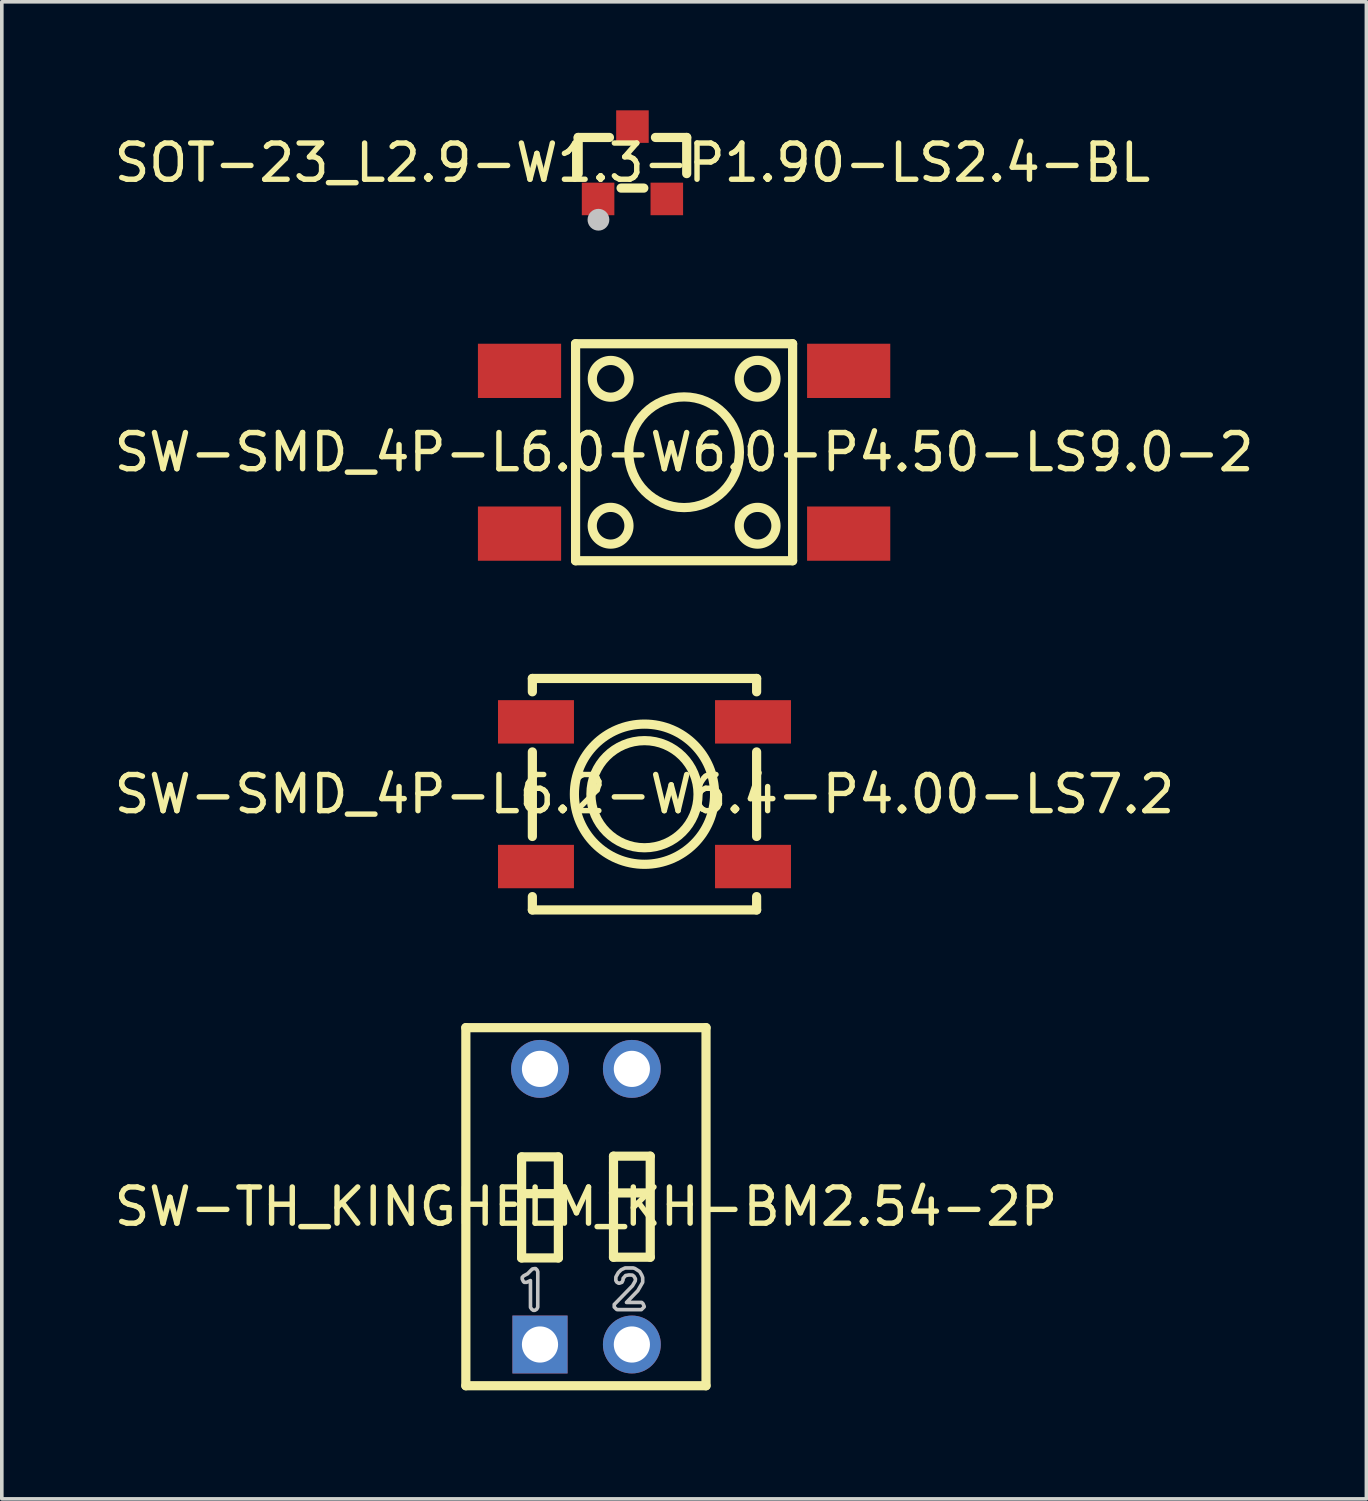
<source format=kicad_pcb>
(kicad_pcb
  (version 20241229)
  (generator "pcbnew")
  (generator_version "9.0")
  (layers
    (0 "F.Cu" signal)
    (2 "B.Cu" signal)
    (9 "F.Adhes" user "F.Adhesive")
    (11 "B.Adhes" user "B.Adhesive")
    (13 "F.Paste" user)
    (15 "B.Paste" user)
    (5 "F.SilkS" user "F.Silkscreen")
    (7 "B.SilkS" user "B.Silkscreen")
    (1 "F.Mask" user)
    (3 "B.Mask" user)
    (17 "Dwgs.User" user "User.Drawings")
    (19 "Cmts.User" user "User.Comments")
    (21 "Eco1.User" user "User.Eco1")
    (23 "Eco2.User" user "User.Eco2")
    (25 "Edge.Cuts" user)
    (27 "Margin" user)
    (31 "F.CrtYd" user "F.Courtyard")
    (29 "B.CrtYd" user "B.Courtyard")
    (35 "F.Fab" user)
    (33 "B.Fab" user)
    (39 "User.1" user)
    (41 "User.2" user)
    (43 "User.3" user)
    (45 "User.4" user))
  (footprint "SW-SMD_4P-L6.0-W6.0-P4.50-LS9.0-2"
    (layer "F.Cu")
    (at 15.863 9.453)
    (property "Reference" "SW-SMD_4P-L6.0-W6.0-P4.50-LS9.0-2" (at 0 0 0) (unlocked yes) (layer "F.SilkS") (effects (font (size 1 1) (thickness 0.15))))
    (fp_line (start -3 -3) (end 3 -3) (stroke (width 0.254) (type default)) (layer "F.SilkS"))
    (fp_line (start -3 3) (end -3 -3) (stroke (width 0.254) (type default)) (layer "F.SilkS"))
    (fp_line (start 3 -3) (end 3 3) (stroke (width 0.254) (type default)) (layer "F.SilkS"))
    (fp_line (start 3 3) (end -3 3) (stroke (width 0.254) (type default)) (layer "F.SilkS"))
    (fp_circle (center -2.032 2.032) (end -1.524 2.032) (stroke (width 0.254) (type default)) (fill no) (layer "F.SilkS"))
    (fp_circle (center -2.03 -2.03) (end -1.522 -2.03) (stroke (width 0.254) (type default)) (fill no) (layer "F.SilkS"))
    (fp_circle (center 0 0) (end 1.53 0) (stroke (width 0.254) (type default)) (fill no) (layer "F.SilkS"))
    (fp_circle (center 2.032 -2.032) (end 2.54 -2.032) (stroke (width 0.254) (type default)) (fill no) (layer "F.SilkS"))
    (fp_circle (center 2.032 2.032) (end 2.54 2.032) (stroke (width 0.254) (type default)) (fill no) (layer "F.SilkS"))
    (fp_poly (pts (xy -4.5 -1.9) (xy -4.5 -2.6) (xy -3.5 -2.6) (xy -3.5 -1.9)) (stroke (width 0.1) (type default)) (fill no) (layer "User.1"))
    (fp_poly (pts (xy -4.5 2.6) (xy -4.5 1.9) (xy -3.5 1.9) (xy -3.5 2.6)) (stroke (width 0.1) (type default)) (fill no) (layer "User.1"))
    (fp_poly (pts (xy -3.51 -1.9) (xy -3.51 -2.6) (xy -2.99 -2.6) (xy -2.99 -1.9)) (stroke (width 0.1) (type default)) (fill no) (layer "User.1"))
    (fp_poly (pts (xy -3.51 2.6) (xy -3.51 1.9) (xy -2.99 1.9) (xy -2.99 2.6)) (stroke (width 0.1) (type default)) (fill no) (layer "User.1"))
    (fp_poly (pts (xy 2.99 -1.9) (xy 2.99 -2.6) (xy 3.51 -2.6) (xy 3.51 -1.9)) (stroke (width 0.1) (type default)) (fill no) (layer "User.1"))
    (fp_poly (pts (xy 2.99 2.6) (xy 2.99 1.9) (xy 3.51 1.9) (xy 3.51 2.6)) (stroke (width 0.1) (type default)) (fill no) (layer "User.1"))
    (fp_poly (pts (xy 3.5 -1.9) (xy 3.5 -2.6) (xy 4.5 -2.6) (xy 4.5 -1.9)) (stroke (width 0.1) (type default)) (fill no) (layer "User.1"))
    (fp_poly (pts (xy 3.5 2.6) (xy 3.5 1.9) (xy 4.5 1.9) (xy 4.5 2.6)) (stroke (width 0.1) (type default)) (fill no) (layer "User.1"))
    (fp_line (start -3 -3) (end 3 -3) (stroke (width 0.051) (type default)) (layer "User.2"))
    (fp_line (start -3 3) (end -3 -3) (stroke (width 0.051) (type default)) (layer "User.2"))
    (fp_line (start 3 -3) (end 3 3) (stroke (width 0.051) (type default)) (layer "User.2"))
    (fp_line (start 3 3) (end -3 3) (stroke (width 0.051) (type default)) (layer "User.2"))
    (fp_poly (pts (xy -4.44 -3) (xy -4.458 -3.042) (xy -4.5 -3.06) (xy -4.542 -3.042) (xy -4.56 -3) (xy -4.542 -2.958) (xy -4.5 -2.94) (xy -4.458 -2.958)) (stroke (width 0.1) (type default)) (fill no) (layer "User.3"))
    (pad "1" smd rect (at -4.55 -2.25) (size 2.3 1.5) (layers "F.Cu" "F.Mask" "F.Paste"))
    (pad "2" smd rect (at 4.55 -2.25) (size 2.3 1.5) (layers "F.Cu" "F.Mask" "F.Paste"))
    (pad "3" smd rect (at -4.55 2.25) (size 2.3 1.5) (layers "F.Cu" "F.Mask" "F.Paste"))
    (pad "4" smd rect (at 4.55 2.25) (size 2.3 1.5) (layers "F.Cu" "F.Mask" "F.Paste")))
  (footprint "SW-TH_KINGHELM_KH-BM2.54-2P"
    (layer "F.Cu")
    (at 13.149 30.311)
    (property "Reference" "SW-TH_KINGHELM_KH-BM2.54-2P" (at 0 0 0) (unlocked yes) (layer "F.SilkS") (effects (font (size 1 1) (thickness 0.15))))
    (fp_line (start -3.32 -4.95) (end 3.32 -4.95) (stroke (width 0.254) (type default)) (layer "F.SilkS"))
    (fp_line (start -3.32 4.95) (end -3.32 -4.95) (stroke (width 0.254) (type default)) (layer "F.SilkS"))
    (fp_line (start -1.778 -1.377) (end -1.778 1.417) (stroke (width 0.254) (type default)) (layer "F.SilkS"))
    (fp_line (start -1.778 -0.36) (end -0.889 -0.36) (stroke (width 0.254) (type default)) (layer "F.SilkS"))
    (fp_line (start -1.778 1.417) (end -0.762 1.417) (stroke (width 0.254) (type default)) (layer "F.SilkS"))
    (fp_line (start -0.762 -1.377) (end -1.778 -1.377) (stroke (width 0.254) (type default)) (layer "F.SilkS"))
    (fp_line (start -0.762 1.417) (end -0.762 -1.377) (stroke (width 0.254) (type default)) (layer "F.SilkS"))
    (fp_line (start 0.762 -1.397) (end 0.762 1.397) (stroke (width 0.254) (type default)) (layer "F.SilkS"))
    (fp_line (start 0.762 -0.381) (end 1.651 -0.381) (stroke (width 0.254) (type default)) (layer "F.SilkS"))
    (fp_line (start 0.762 1.397) (end 1.778 1.397) (stroke (width 0.254) (type default)) (layer "F.SilkS"))
    (fp_line (start 1.778 -1.397) (end 0.762 -1.397) (stroke (width 0.254) (type default)) (layer "F.SilkS"))
    (fp_line (start 1.778 1.397) (end 1.778 -1.397) (stroke (width 0.254) (type default)) (layer "F.SilkS"))
    (fp_line (start 3.32 -4.95) (end 3.32 4.95) (stroke (width 0.254) (type default)) (layer "F.SilkS"))
    (fp_line (start 3.32 4.95) (end -3.32 4.95) (stroke (width 0.254) (type default)) (layer "F.SilkS"))
    (fp_poly (pts (xy -1.534 2.042) (xy -1.639 2.091) (xy -1.705 2.091) (xy -1.73 2.067) (xy -1.762 2) (xy -1.762 1.953) (xy -1.72 1.911) (xy -1.621 1.858) (xy -1.617 1.858) (xy -1.482 1.722) (xy -1.422 1.711) (xy -1.39 1.711) (xy -1.351 1.75) (xy -1.331 1.798) (xy -1.332 2.779) (xy -1.36 2.833) (xy -1.413 2.865) (xy -1.456 2.865) (xy -1.464 2.857) (xy -1.493 2.84) (xy -1.533 2.785)) (stroke (width 0.1) (type default)) (fill no) (layer "Dwgs.User"))
    (fp_poly (pts (xy 1.026 2.027) (xy 0.995 2.091) (xy 0.927 2.115) (xy 0.902 2.115) (xy 0.853 2.086) (xy 0.826 2.038) (xy 0.828 1.943) (xy 0.895 1.822) (xy 0.973 1.745) (xy 1.082 1.694) (xy 1.31 1.694) (xy 1.357 1.71) (xy 1.487 1.794) (xy 1.543 1.892) (xy 1.569 1.96) (xy 1.569 2.09) (xy 1.435 2.322) (xy 1.121 2.647) (xy 1.543 2.647) (xy 1.579 2.682) (xy 1.611 2.756) (xy 1.611 2.769) (xy 1.534 2.846) (xy 0.866 2.846) (xy 0.862 2.843) (xy 0.852 2.843) (xy 0.783 2.775) (xy 0.783 2.702) (xy 0.823 2.663) (xy 1.288 2.185) (xy 1.362 2.056) (xy 1.37 1.996) (xy 1.329 1.925) (xy 1.285 1.891) (xy 1.187 1.887) (xy 1.097 1.903) (xy 1.028 1.982)) (stroke (width 0.1) (type default)) (fill no) (layer "Dwgs.User"))
    (fp_poly (pts (xy -1.57 -3.91) (xy -0.97 -3.91) (xy -0.97 -3.71) (xy -1.57 -3.71)) (stroke (width 0.1) (type default)) (fill no) (layer "User.1"))
    (fp_poly (pts (xy -1.57 3.71) (xy -0.97 3.71) (xy -0.97 3.91) (xy -1.57 3.91)) (stroke (width 0.1) (type default)) (fill no) (layer "User.1"))
    (fp_poly (pts (xy 0.97 -3.91) (xy 1.57 -3.91) (xy 1.57 -3.71) (xy 0.97 -3.71)) (stroke (width 0.1) (type default)) (fill no) (layer "User.1"))
    (fp_poly (pts (xy 0.97 3.71) (xy 1.57 3.71) (xy 1.57 3.91) (xy 0.97 3.91)) (stroke (width 0.1) (type default)) (fill no) (layer "User.1"))
    (fp_line (start -3.32 -4.95) (end 3.32 -4.95) (stroke (width 0.051) (type default)) (layer "User.2"))
    (fp_line (start -3.32 4.95) (end -3.32 -4.95) (stroke (width 0.051) (type default)) (layer "User.2"))
    (fp_line (start 3.32 -4.95) (end 3.32 4.95) (stroke (width 0.051) (type default)) (layer "User.2"))
    (fp_line (start 3.32 4.95) (end -3.32 4.95) (stroke (width 0.051) (type default)) (layer "User.2"))
    (fp_poly (pts (xy -3.26 4.95) (xy -3.278 4.908) (xy -3.32 4.89) (xy -3.362 4.908) (xy -3.38 4.95) (xy -3.362 4.992) (xy -3.32 5.01) (xy -3.278 4.992)) (stroke (width 0.1) (type default)) (fill no) (layer "User.3"))
    (pad "1" thru_hole rect (at -1.27 3.81 90) (size 1.6 1.524) (drill 1) (layers "*.Cu" "*.Mask"))
    (pad "2" thru_hole circle (at 1.27 3.81 90) (size 1.6 1.6) (drill 1) (layers "*.Cu" "*.Mask"))
    (pad "3" thru_hole circle (at 1.27 -3.81 90) (size 1.6 1.6) (drill 1) (layers "*.Cu" "*.Mask"))
    (pad "4" thru_hole circle (at -1.27 -3.81 90) (size 1.6 1.6) (drill 1) (layers "*.Cu" "*.Mask")))
  (footprint "SW-SMD_4P-L6.2-W6.4-P4.00-LS7.2"
    (layer "F.Cu")
    (at 14.768 18.907)
    (property "Reference" "SW-SMD_4P-L6.2-W6.4-P4.00-LS7.2" (at 0 0 0) (unlocked yes) (layer "F.SilkS") (effects (font (size 1 1) (thickness 0.15))))
    (fp_line (start -3.1 -3.2) (end -3.1 -2.831) (stroke (width 0.254) (type default)) (layer "F.SilkS"))
    (fp_line (start -3.1 -3.2) (end 3.1 -3.2) (stroke (width 0.254) (type default)) (layer "F.SilkS"))
    (fp_line (start -3.1 -1.169) (end -3.1 1.169) (stroke (width 0.254) (type default)) (layer "F.SilkS"))
    (fp_line (start -3.1 2.831) (end -3.1 3.2) (stroke (width 0.254) (type default)) (layer "F.SilkS"))
    (fp_line (start -3.1 3.2) (end 3.1 3.2) (stroke (width 0.254) (type default)) (layer "F.SilkS"))
    (fp_line (start 3.1 -3.2) (end 3.1 -2.831) (stroke (width 0.254) (type default)) (layer "F.SilkS"))
    (fp_line (start 3.1 -1.169) (end 3.1 1.169) (stroke (width 0.254) (type default)) (layer "F.SilkS"))
    (fp_line (start 3.1 2.831) (end 3.1 3.2) (stroke (width 0.254) (type default)) (layer "F.SilkS"))
    (fp_circle (center 0 0) (end 1.481 0) (stroke (width 0.254) (type default)) (fill no) (layer "F.SilkS"))
    (fp_circle (center 0 0) (end 1.938 0) (stroke (width 0.254) (type default)) (fill no) (layer "F.SilkS"))
    (fp_poly (pts (xy -3.603 -2.325) (xy -2.703 -2.325) (xy -2.703 -1.675) (xy -3.603 -1.675)) (stroke (width 0.1) (type default)) (fill no) (layer "User.1"))
    (fp_poly (pts (xy -3.603 1.675) (xy -2.703 1.675) (xy -2.703 2.325) (xy -3.603 2.325)) (stroke (width 0.1) (type default)) (fill no) (layer "User.1"))
    (fp_poly (pts (xy 2.7 -2.325) (xy 3.6 -2.325) (xy 3.6 -1.675) (xy 2.7 -1.675)) (stroke (width 0.1) (type default)) (fill no) (layer "User.1"))
    (fp_poly (pts (xy 2.7 1.675) (xy 3.6 1.675) (xy 3.6 2.325) (xy 2.7 2.325)) (stroke (width 0.1) (type default)) (fill no) (layer "User.1"))
    (fp_line (start -3.1 -3.2) (end 3.1 -3.2) (stroke (width 0.051) (type default)) (layer "User.2"))
    (fp_line (start -3.1 3.2) (end -3.1 -3.2) (stroke (width 0.051) (type default)) (layer "User.2"))
    (fp_line (start 3.1 -3.2) (end 3.1 3.2) (stroke (width 0.051) (type default)) (layer "User.2"))
    (fp_line (start 3.1 3.2) (end -3.1 3.2) (stroke (width 0.051) (type default)) (layer "User.2"))
    (fp_poly (pts (xy -3.542 -3.2) (xy -3.56 -3.242) (xy -3.603 -3.26) (xy -3.645 -3.242) (xy -3.663 -3.2) (xy -3.645 -3.158) (xy -3.603 -3.14) (xy -3.56 -3.158)) (stroke (width 0.1) (type default)) (fill no) (layer "User.3"))
    (pad "1" smd rect (at -3 -2) (size 2.1 1.2) (layers "F.Cu" "F.Mask" "F.Paste"))
    (pad "2" smd rect (at 3 -2) (size 2.1 1.2) (layers "F.Cu" "F.Mask" "F.Paste"))
    (pad "3" smd rect (at -3 2) (size 2.1 1.2) (layers "F.Cu" "F.Mask" "F.Paste"))
    (pad "4" smd rect (at 3 2) (size 2.1 1.2) (layers "F.Cu" "F.Mask" "F.Paste")))
  (footprint "SOT-23_L2.9-W1.3-P1.90-LS2.4-BL"
    (layer "F.Cu")
    (at 14.435 1.45)
    (property "Reference" "SOT-23_L2.9-W1.3-P1.90-LS2.4-BL" (at 0 0 0) (unlocked yes) (layer "F.SilkS") (effects (font (size 1 1) (thickness 0.15))))
    (fp_line (start -1.5 -0.7) (end -1.5 0.3) (stroke (width 0.254) (type default)) (layer "F.SilkS"))
    (fp_line (start -1.5 -0.7) (end -0.636 -0.7) (stroke (width 0.254) (type default)) (layer "F.SilkS"))
    (fp_line (start -0.314 0.7) (end 0.314 0.7) (stroke (width 0.254) (type default)) (layer "F.SilkS"))
    (fp_line (start 0.636 -0.7) (end 1.5 -0.7) (stroke (width 0.254) (type default)) (layer "F.SilkS"))
    (fp_line (start 1.5 -0.7) (end 1.5 0.3) (stroke (width 0.254) (type default)) (layer "F.SilkS"))
    (fp_circle (center -0.94 1.575) (end -0.789 1.575) (stroke (width 0.3) (type default)) (fill no) (layer "Dwgs.User"))
    (fp_poly (pts (xy -1.15 0.64) (xy -0.75 0.64) (xy -0.75 0.81) (xy -1.15 0.81)) (stroke (width 0.1) (type default)) (fill no) (layer "User.1"))
    (fp_poly (pts (xy -1.15 0.8) (xy -0.75 0.8) (xy -0.75 1.2) (xy -1.15 1.2)) (stroke (width 0.1) (type default)) (fill no) (layer "User.1"))
    (fp_poly (pts (xy -0.2 -1.2) (xy 0.2 -1.2) (xy 0.2 -0.8) (xy -0.2 -0.8)) (stroke (width 0.1) (type default)) (fill no) (layer "User.1"))
    (fp_poly (pts (xy -0.2 -0.81) (xy 0.2 -0.81) (xy 0.2 -0.64) (xy -0.2 -0.64)) (stroke (width 0.1) (type default)) (fill no) (layer "User.1"))
    (fp_poly (pts (xy 0.75 0.64) (xy 1.15 0.64) (xy 1.15 0.81) (xy 0.75 0.81)) (stroke (width 0.1) (type default)) (fill no) (layer "User.1"))
    (fp_poly (pts (xy 0.75 0.8) (xy 1.15 0.8) (xy 1.15 1.2) (xy 0.75 1.2)) (stroke (width 0.1) (type default)) (fill no) (layer "User.1"))
    (fp_line (start -1.45 -0.65) (end 1.45 -0.65) (stroke (width 0.051) (type default)) (layer "User.2"))
    (fp_line (start -1.45 0.65) (end -1.45 -0.65) (stroke (width 0.051) (type default)) (layer "User.2"))
    (fp_line (start 1.45 -0.65) (end 1.45 0.65) (stroke (width 0.051) (type default)) (layer "User.2"))
    (fp_line (start 1.45 0.65) (end -1.45 0.65) (stroke (width 0.051) (type default)) (layer "User.2"))
    (fp_poly (pts (xy -1.39 1.2) (xy -1.408 1.158) (xy -1.45 1.14) (xy -1.492 1.158) (xy -1.51 1.2) (xy -1.492 1.242) (xy -1.45 1.26) (xy -1.408 1.242)) (stroke (width 0.1) (type default)) (fill no) (layer "User.3"))
    (pad "1" smd rect (at -0.95 1) (size 0.9 0.9) (layers "F.Cu" "F.Mask" "F.Paste"))
    (pad "2" smd rect (at 0.95 1) (size 0.9 0.9) (layers "F.Cu" "F.Mask" "F.Paste"))
    (pad "3" smd rect (at 0 -1) (size 0.9 0.9) (layers "F.Cu" "F.Mask" "F.Paste")))
  (gr_rect
    (start -3 -3)
    (end 34.726 38.388)
    (stroke (width 0.1) (type default))
    (fill no)
    (layer "Edge.Cuts")))
</source>
